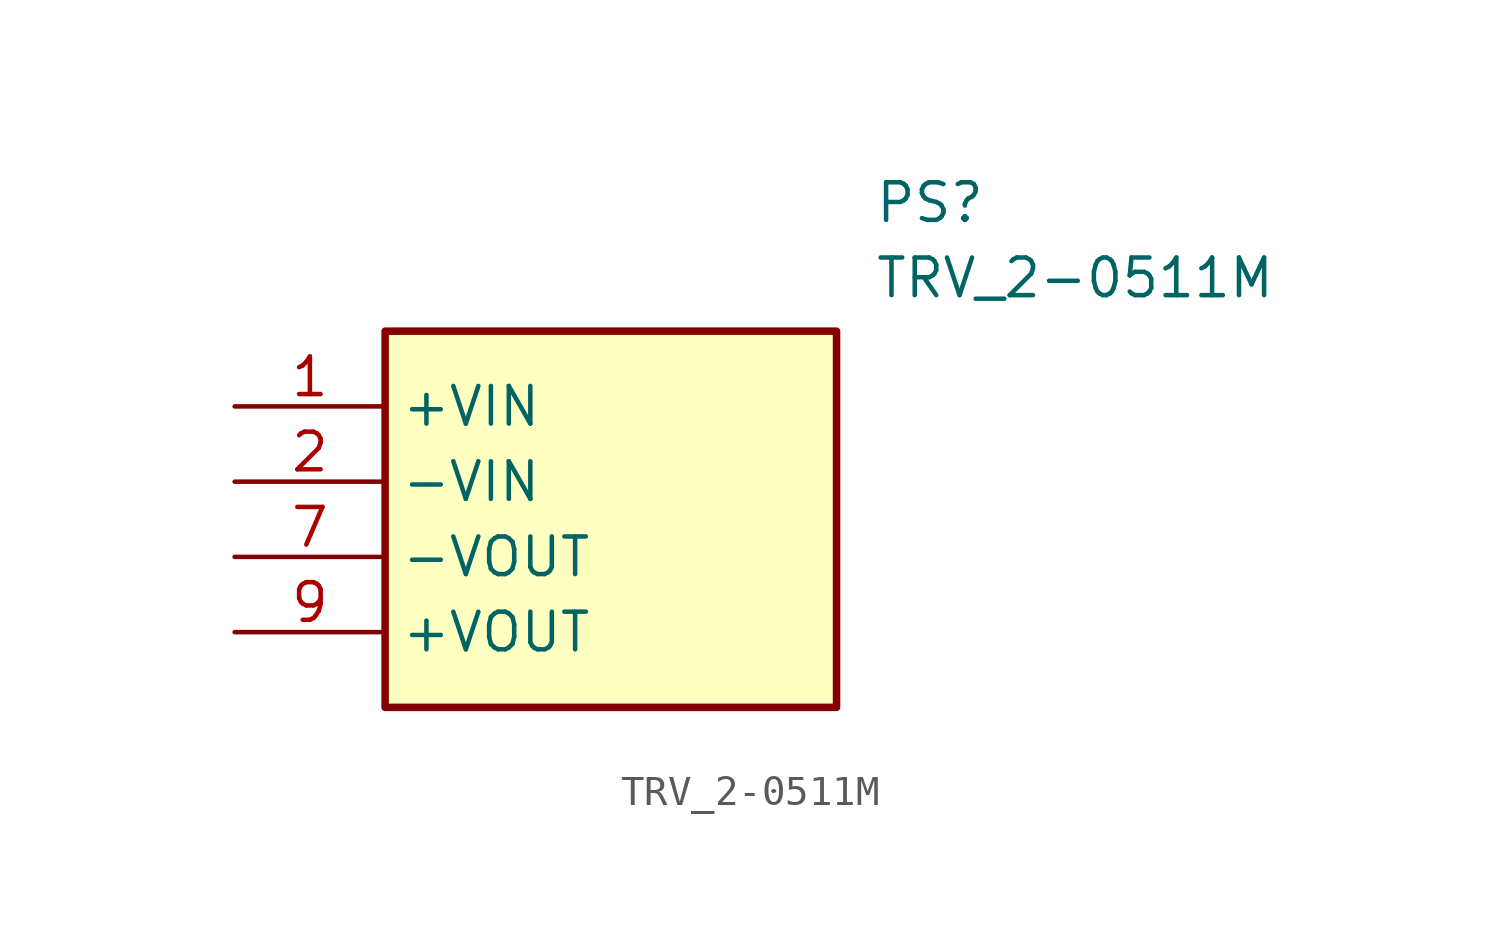
<source format=kicad_sym>
(kicad_symbol_lib
  (version 20211014)
  (generator SamacSys_ECAD_Model)
  (symbol "TRV_2-0511M"
    (property "Reference" "PS"
      (at 21.59 7.62 0)
      (effects (font (size 1.27 1.27)) (justify left top)))
    (property "Value" "TRV_2-0511M"
      (at 21.59 5.08 0)
      (effects (font (size 1.27 1.27)) (justify left top)))
    (rectangle
      (start 5.08 2.54)
      (end 20.32 -10.16)
      (stroke (width 0.254) (type default))
      (fill (type background)))
    (pin passive line
      (at 0 0 0)
      (length 5.08)
      (name "+VIN" (effects (font (size 1.27 1.27))))
      (number "1" (effects (font (size 1.27 1.27)))))
    (pin passive line
      (at 0 -2.54 0)
      (length 5.08)
      (name "-VIN" (effects (font (size 1.27 1.27))))
      (number "2" (effects (font (size 1.27 1.27)))))
    (pin passive line
      (at 0 -5.08 0)
      (length 5.08)
      (name "-VOUT" (effects (font (size 1.27 1.27))))
      (number "7" (effects (font (size 1.27 1.27)))))
    (pin passive line
      (at 0 -7.62 0)
      (length 5.08)
      (name "+VOUT" (effects (font (size 1.27 1.27))))
      (number "9" (effects (font (size 1.27 1.27)))))))
</source>
